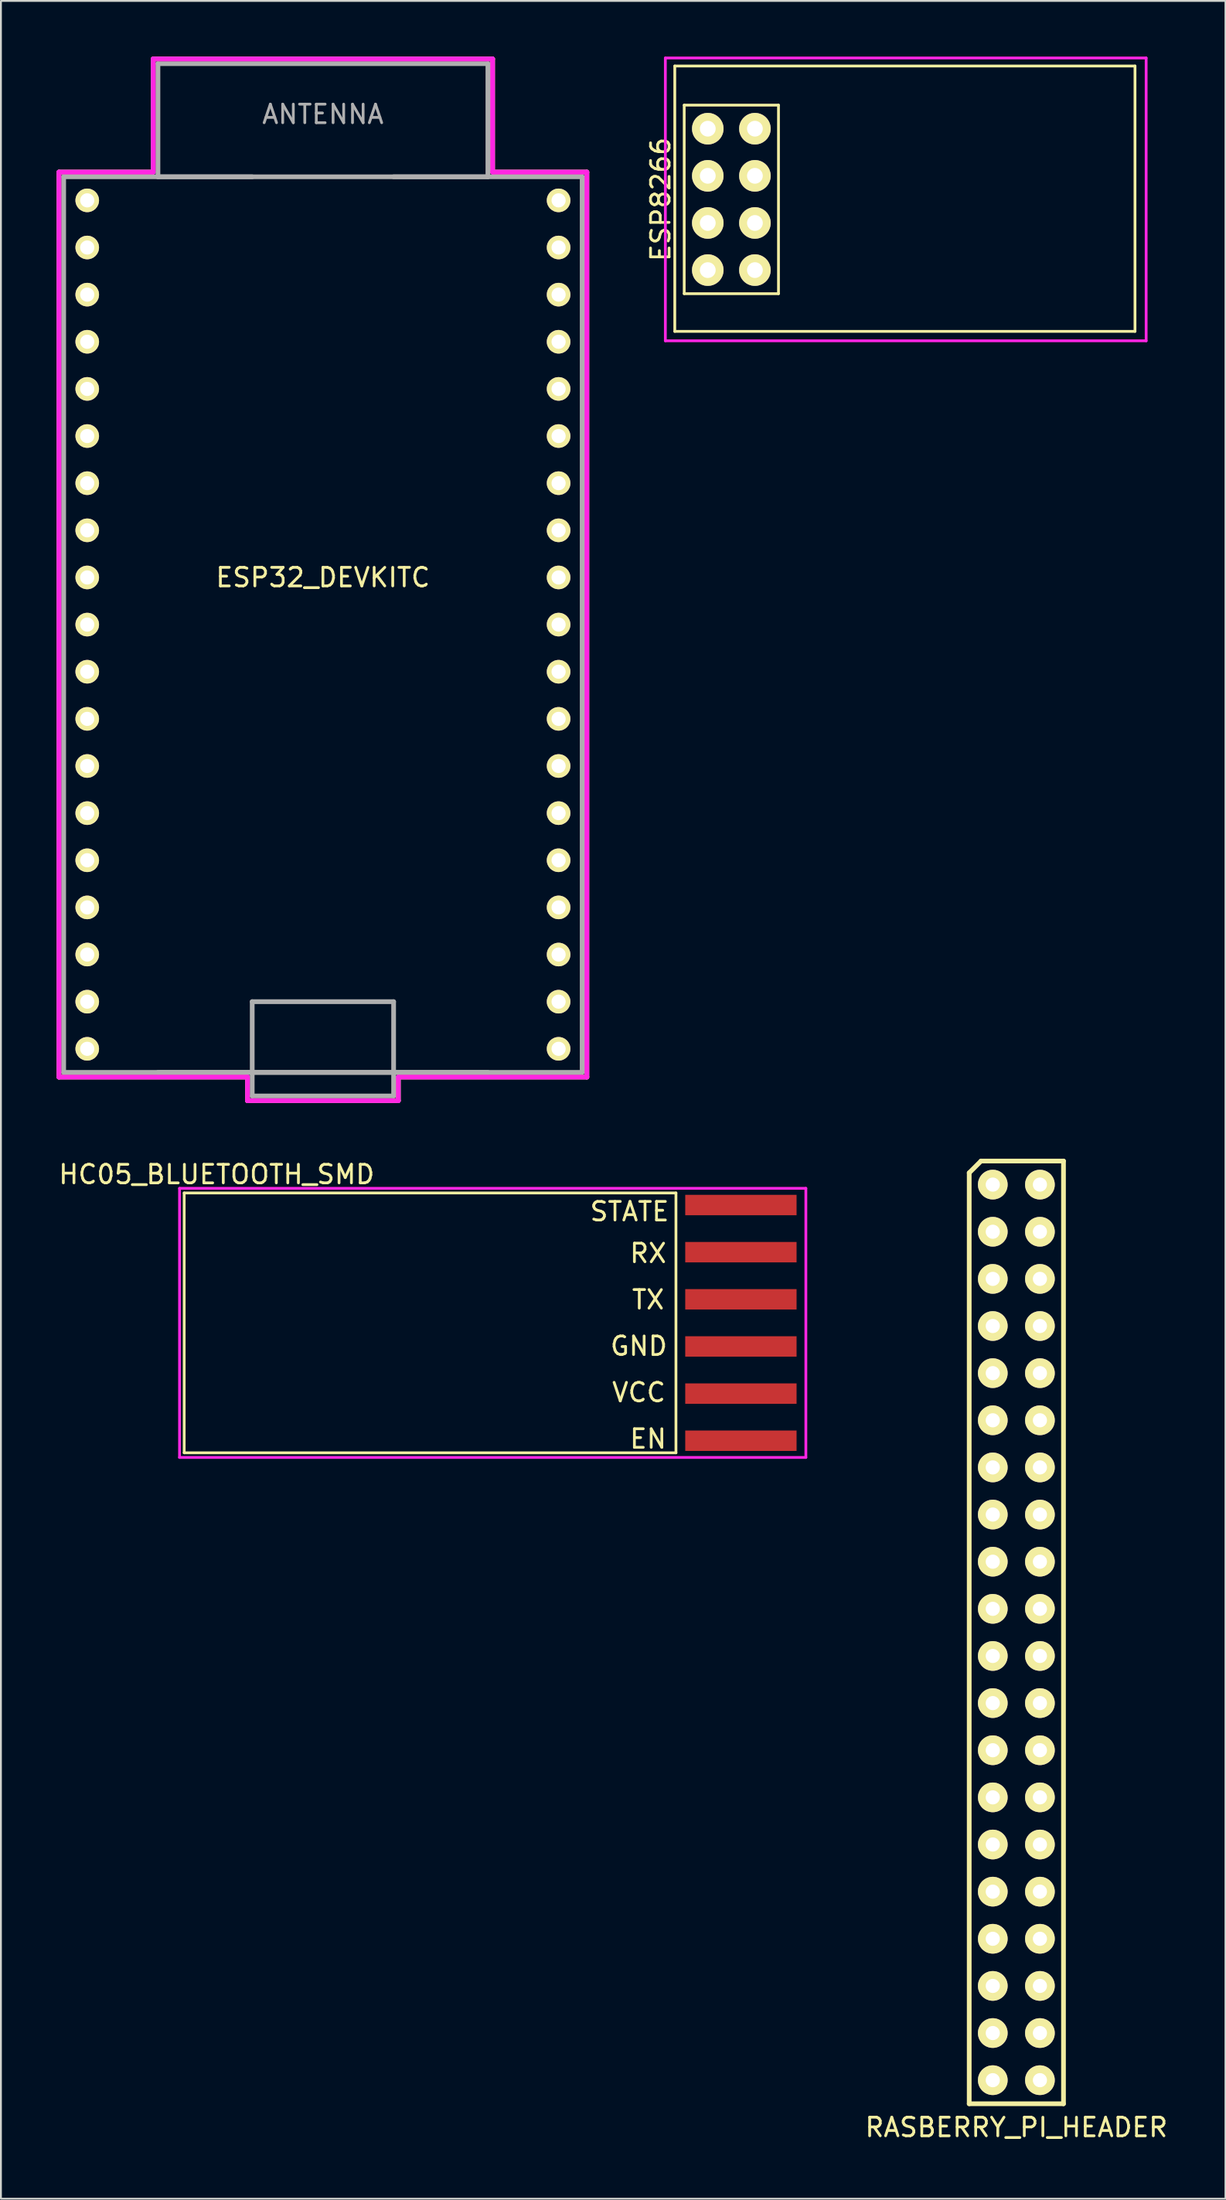
<source format=kicad_pcb>
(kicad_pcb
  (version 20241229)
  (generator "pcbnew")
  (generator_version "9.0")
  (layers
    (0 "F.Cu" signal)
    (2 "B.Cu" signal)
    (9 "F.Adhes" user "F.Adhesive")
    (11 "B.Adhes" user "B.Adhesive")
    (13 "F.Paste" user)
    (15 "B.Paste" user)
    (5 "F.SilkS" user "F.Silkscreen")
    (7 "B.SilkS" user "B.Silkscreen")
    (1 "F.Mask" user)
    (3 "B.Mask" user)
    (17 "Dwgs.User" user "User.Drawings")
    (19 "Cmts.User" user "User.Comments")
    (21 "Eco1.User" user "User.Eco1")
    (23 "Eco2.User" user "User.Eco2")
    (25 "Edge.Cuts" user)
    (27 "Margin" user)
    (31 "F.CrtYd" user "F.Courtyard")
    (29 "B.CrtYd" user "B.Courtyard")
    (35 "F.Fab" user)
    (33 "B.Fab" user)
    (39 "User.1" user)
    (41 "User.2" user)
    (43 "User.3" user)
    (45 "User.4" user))
  (footprint "HC05_BLUETOOTH_SMD"
    (layer "F.Cu")
    (at 36.875 68.236)
    (property "Reference" "HC05_BLUETOOTH_SMD" (at -28.25 -8 0) (layer "F.SilkS") (effects (font (size 1 1) (thickness 0.15))))
    (attr through_hole)
    (fp_line (start -30 -7) (end -30 7) (stroke (width 0.15) (type solid)) (layer "F.SilkS"))
    (fp_line (start -30 7) (end -3.5 7) (stroke (width 0.15) (type solid)) (layer "F.SilkS"))
    (fp_line (start -3.5 -7) (end -30 -7) (stroke (width 0.15) (type solid)) (layer "F.SilkS"))
    (fp_line (start -3.5 -7) (end -3.5 7) (stroke (width 0.15) (type solid)) (layer "F.SilkS"))
    (fp_line (start -30.25 -7.25) (end -30.25 7.25) (stroke (width 0.15) (type solid)) (layer "F.CrtYd"))
    (fp_line (start -30.25 7.25) (end 3.5 7.25) (stroke (width 0.15) (type solid)) (layer "F.CrtYd"))
    (fp_line (start 3.5 -7.25) (end -30.25 -7.25) (stroke (width 0.15) (type solid)) (layer "F.CrtYd"))
    (fp_line (start 3.5 7.25) (end 3.5 -7.25) (stroke (width 0.15) (type solid)) (layer "F.CrtYd"))
    (fp_text user "RX" (at -5 -3.75 0) (layer "F.SilkS") (effects (font (size 1 1) (thickness 0.15))))
    (fp_text user "EN" (at -5 6.25 0) (layer "F.SilkS") (effects (font (size 1 1) (thickness 0.15))))
    (fp_text user "STATE" (at -6 -6 0) (layer "F.SilkS") (effects (font (size 1 1) (thickness 0.15))))
    (fp_text user "GND" (at -5.5 1.25 0) (layer "F.SilkS") (effects (font (size 1 1) (thickness 0.15))))
    (fp_text user "TX" (at -5 -1.25 0) (layer "F.SilkS") (effects (font (size 1 1) (thickness 0.15))))
    (fp_text user "VCC" (at -5.5 3.75 0) (layer "F.SilkS") (effects (font (size 1 1) (thickness 0.15))))
    (pad "1" smd rect (at 0 -6.35) (size 6 1.1) (layers "F.Cu" "F.Mask" "F.Paste"))
    (pad "2" smd rect (at 0 -3.81) (size 6 1.1) (layers "F.Cu" "F.Mask" "F.Paste"))
    (pad "3" smd rect (at 0 -1.27) (size 6 1.1) (layers "F.Cu" "F.Mask" "F.Paste"))
    (pad "4" smd rect (at 0 1.27) (size 6 1.1) (layers "F.Cu" "F.Mask" "F.Paste"))
    (pad "5" smd rect (at 0 3.81) (size 6 1.1) (layers "F.Cu" "F.Mask" "F.Paste"))
    (pad "6" smd rect (at 0 6.35) (size 6 1.1) (layers "F.Cu" "F.Mask" "F.Paste")))
  (footprint "ESP32_DEVKITC"
    (layer "F.Cu")
    (at 14.351 30.607)
    (property "Reference" "ESP32_DEVKITC" (at 0 -2.54 0) (layer "F.SilkS") (effects (font (size 1 1) (thickness 0.15))))
    (attr through_hole)
    (fp_line (start -14.224 -24.384) (end -14.224 24.384) (stroke (width 0.254) (type solid)) (layer "F.SilkS"))
    (fp_line (start -14.224 24.384) (end -4.064 24.384) (stroke (width 0.254) (type solid)) (layer "F.SilkS"))
    (fp_line (start -9.144 -30.48) (end -9.144 -24.384) (stroke (width 0.254) (type solid)) (layer "F.SilkS"))
    (fp_line (start -9.144 -24.384) (end -14.224 -24.384) (stroke (width 0.254) (type solid)) (layer "F.SilkS"))
    (fp_line (start -4.064 24.384) (end -4.064 25.654) (stroke (width 0.254) (type solid)) (layer "F.SilkS"))
    (fp_line (start -4.064 25.654) (end 4.064 25.654) (stroke (width 0.254) (type solid)) (layer "F.SilkS"))
    (fp_line (start 4.064 24.384) (end 14.224 24.384) (stroke (width 0.254) (type solid)) (layer "F.SilkS"))
    (fp_line (start 4.064 25.654) (end 4.064 24.384) (stroke (width 0.254) (type solid)) (layer "F.SilkS"))
    (fp_line (start 9.144 -30.48) (end -9.144 -30.48) (stroke (width 0.254) (type solid)) (layer "F.SilkS"))
    (fp_line (start 9.144 -24.384) (end 9.144 -30.48) (stroke (width 0.254) (type solid)) (layer "F.SilkS"))
    (fp_line (start 14.224 -24.384) (end 9.144 -24.384) (stroke (width 0.254) (type solid)) (layer "F.SilkS"))
    (fp_line (start 14.224 24.384) (end 14.224 -24.384) (stroke (width 0.254) (type solid)) (layer "F.SilkS"))
    (fp_line (start -14.224 -24.384) (end -9.144 -24.384) (stroke (width 0.254) (type solid)) (layer "F.CrtYd"))
    (fp_line (start -14.224 24.384) (end -14.224 -24.384) (stroke (width 0.254) (type solid)) (layer "F.CrtYd"))
    (fp_line (start -9.144 -30.48) (end 9.144 -30.48) (stroke (width 0.254) (type solid)) (layer "F.CrtYd"))
    (fp_line (start -9.144 -24.384) (end -9.144 -30.48) (stroke (width 0.254) (type solid)) (layer "F.CrtYd"))
    (fp_line (start -4.064 24.384) (end -14.224 24.384) (stroke (width 0.254) (type solid)) (layer "F.CrtYd"))
    (fp_line (start -4.064 25.654) (end -4.064 24.384) (stroke (width 0.254) (type solid)) (layer "F.CrtYd"))
    (fp_line (start 4.064 24.384) (end 4.064 25.654) (stroke (width 0.254) (type solid)) (layer "F.CrtYd"))
    (fp_line (start 4.064 25.654) (end -4.064 25.654) (stroke (width 0.254) (type solid)) (layer "F.CrtYd"))
    (fp_line (start 9.144 -30.48) (end 9.144 -24.384) (stroke (width 0.254) (type solid)) (layer "F.CrtYd"))
    (fp_line (start 9.144 -24.384) (end 14.224 -24.384) (stroke (width 0.254) (type solid)) (layer "F.CrtYd"))
    (fp_line (start 14.224 -24.384) (end 14.224 24.384) (stroke (width 0.254) (type solid)) (layer "F.CrtYd"))
    (fp_line (start 14.224 24.384) (end 4.064 24.384) (stroke (width 0.254) (type solid)) (layer "F.CrtYd"))
    (fp_line (start -13.97 -24.13) (end -13.97 24.13) (stroke (width 0.254) (type solid)) (layer "F.Fab"))
    (fp_line (start -13.97 -24.13) (end -3.81 -24.13) (stroke (width 0.254) (type solid)) (layer "F.Fab"))
    (fp_line (start -13.97 24.13) (end 13.97 24.13) (stroke (width 0.254) (type solid)) (layer "F.Fab"))
    (fp_line (start -8.89 -30.226) (end -8.89 -24.13) (stroke (width 0.254) (type solid)) (layer "F.Fab"))
    (fp_line (start -8.89 -30.226) (end 8.89 -30.226) (stroke (width 0.254) (type solid)) (layer "F.Fab"))
    (fp_line (start -8.89 -24.13) (end 8.89 -24.13) (stroke (width 0.254) (type solid)) (layer "F.Fab"))
    (fp_line (start -8.89 24.13) (end 8.89 24.13) (stroke (width 0.254) (type solid)) (layer "F.Fab"))
    (fp_line (start -3.81 20.32) (end -3.81 25.4) (stroke (width 0.254) (type solid)) (layer "F.Fab"))
    (fp_line (start -3.81 20.32) (end 3.81 20.32) (stroke (width 0.254) (type solid)) (layer "F.Fab"))
    (fp_line (start -3.81 25.4) (end 3.81 25.4) (stroke (width 0.254) (type solid)) (layer "F.Fab"))
    (fp_line (start 3.81 20.32) (end 3.81 25.4) (stroke (width 0.254) (type solid)) (layer "F.Fab"))
    (fp_line (start 8.89 -24.13) (end 8.89 -30.226) (stroke (width 0.254) (type solid)) (layer "F.Fab"))
    (fp_line (start 13.97 -24.13) (end 3.81 -24.13) (stroke (width 0.254) (type solid)) (layer "F.Fab"))
    (fp_line (start 13.97 24.13) (end 13.97 -24.13) (stroke (width 0.254) (type solid)) (layer "F.Fab"))
    (fp_text user "ANTENNA" (at 0 -27.5 0) (layer "F.Fab") (effects (font (size 1 1) (thickness 0.15))))
    (pad "0" thru_hole circle (at 12.7 10.16) (size 1.27 1.27) (drill 0.762) (layers "*.Cu" "*.Mask" "F.SilkS"))
    (pad "2" thru_hole circle (at 12.7 12.7) (size 1.27 1.27) (drill 0.762) (layers "*.Cu" "*.Mask" "F.SilkS"))
    (pad "3v3" thru_hole circle (at -12.7 -22.86) (size 1.27 1.27) (drill 0.762) (layers "*.Cu" "*.Mask" "F.SilkS"))
    (pad "4" thru_hole circle (at 12.7 7.62) (size 1.27 1.27) (drill 0.762) (layers "*.Cu" "*.Mask" "F.SilkS"))
    (pad "5" thru_hole circle (at 12.7 0) (size 1.27 1.27) (drill 0.762) (layers "*.Cu" "*.Mask" "F.SilkS"))
    (pad "5V" thru_hole circle (at -12.7 22.86) (size 1.27 1.27) (drill 0.762) (layers "*.Cu" "*.Mask" "F.SilkS"))
    (pad "12" thru_hole circle (at -12.7 7.62) (size 1.27 1.27) (drill 0.762) (layers "*.Cu" "*.Mask" "F.SilkS"))
    (pad "13" thru_hole circle (at -12.7 12.7) (size 1.27 1.27) (drill 0.762) (layers "*.Cu" "*.Mask" "F.SilkS"))
    (pad "14" thru_hole circle (at -12.7 5.08) (size 1.27 1.27) (drill 0.762) (layers "*.Cu" "*.Mask" "F.SilkS"))
    (pad "15" thru_hole circle (at 12.7 15.24) (size 1.27 1.27) (drill 0.762) (layers "*.Cu" "*.Mask" "F.SilkS"))
    (pad "16" thru_hole circle (at 12.7 5.08) (size 1.27 1.27) (drill 0.762) (layers "*.Cu" "*.Mask" "F.SilkS"))
    (pad "17" thru_hole circle (at 12.7 2.54) (size 1.27 1.27) (drill 0.762) (layers "*.Cu" "*.Mask" "F.SilkS"))
    (pad "18" thru_hole circle (at 12.7 -2.54) (size 1.27 1.27) (drill 0.762) (layers "*.Cu" "*.Mask" "F.SilkS"))
    (pad "19" thru_hole circle (at 12.7 -5.08) (size 1.27 1.27) (drill 0.762) (layers "*.Cu" "*.Mask" "F.SilkS"))
    (pad "21" thru_hole circle (at 12.7 -10.16) (size 1.27 1.27) (drill 0.762) (layers "*.Cu" "*.Mask" "F.SilkS"))
    (pad "22" thru_hole circle (at 12.7 -17.78) (size 1.27 1.27) (drill 0.762) (layers "*.Cu" "*.Mask" "F.SilkS"))
    (pad "23" thru_hole circle (at 12.7 -20.32) (size 1.27 1.27) (drill 0.762) (layers "*.Cu" "*.Mask" "F.SilkS"))
    (pad "25" thru_hole circle (at -12.7 -2.54) (size 1.27 1.27) (drill 0.762) (layers "*.Cu" "*.Mask" "F.SilkS"))
    (pad "26" thru_hole circle (at -12.7 0) (size 1.27 1.27) (drill 0.762) (layers "*.Cu" "*.Mask" "F.SilkS"))
    (pad "27" thru_hole circle (at -12.7 2.54) (size 1.27 1.27) (drill 0.762) (layers "*.Cu" "*.Mask" "F.SilkS"))
    (pad "32" thru_hole circle (at -12.7 -7.62) (size 1.27 1.27) (drill 0.762) (layers "*.Cu" "*.Mask" "F.SilkS"))
    (pad "33" thru_hole circle (at -12.7 -5.08) (size 1.27 1.27) (drill 0.762) (layers "*.Cu" "*.Mask" "F.SilkS"))
    (pad "34" thru_hole circle (at -12.7 -12.7) (size 1.27 1.27) (drill 0.762) (layers "*.Cu" "*.Mask" "F.SilkS"))
    (pad "35" thru_hole circle (at -12.7 -10.16) (size 1.27 1.27) (drill 0.762) (layers "*.Cu" "*.Mask" "F.SilkS"))
    (pad "CLK" thru_hole circle (at 12.7 22.86) (size 1.27 1.27) (drill 0.762) (layers "*.Cu" "*.Mask" "F.SilkS"))
    (pad "CMD" thru_hole circle (at -12.7 20.32) (size 1.27 1.27) (drill 0.762) (layers "*.Cu" "*.Mask" "F.SilkS"))
    (pad "D0" thru_hole circle (at 12.7 20.32) (size 1.27 1.27) (drill 0.762) (layers "*.Cu" "*.Mask" "F.SilkS"))
    (pad "D1" thru_hole circle (at 12.7 17.78) (size 1.27 1.27) (drill 0.762) (layers "*.Cu" "*.Mask" "F.SilkS"))
    (pad "D2" thru_hole circle (at -12.7 15.24) (size 1.27 1.27) (drill 0.762) (layers "*.Cu" "*.Mask" "F.SilkS"))
    (pad "D3" thru_hole circle (at -12.7 17.78) (size 1.27 1.27) (drill 0.762) (layers "*.Cu" "*.Mask" "F.SilkS"))
    (pad "EN" thru_hole circle (at -12.7 -20.32) (size 1.27 1.27) (drill 0.762) (layers "*.Cu" "*.Mask" "F.SilkS"))
    (pad "GND1" thru_hole circle (at -12.7 10.16) (size 1.27 1.27) (drill 0.762) (layers "*.Cu" "*.Mask" "F.SilkS"))
    (pad "GND2" thru_hole circle (at 12.7 -7.62) (size 1.27 1.27) (drill 0.762) (layers "*.Cu" "*.Mask" "F.SilkS"))
    (pad "GND3" thru_hole circle (at 12.7 -22.86) (size 1.27 1.27) (drill 0.762) (layers "*.Cu" "*.Mask" "F.SilkS"))
    (pad "RX" thru_hole circle (at 12.7 -12.7) (size 1.27 1.27) (drill 0.762) (layers "*.Cu" "*.Mask" "F.SilkS"))
    (pad "TX" thru_hole circle (at 12.7 -15.24) (size 1.27 1.27) (drill 0.762) (layers "*.Cu" "*.Mask" "F.SilkS"))
    (pad "VN" thru_hole circle (at -12.7 -15.24) (size 1.27 1.27) (drill 0.762) (layers "*.Cu" "*.Mask" "F.SilkS"))
    (pad "VP" thru_hole circle (at -12.7 -17.78) (size 1.27 1.27) (drill 0.762) (layers "*.Cu" "*.Mask" "F.SilkS")))
  (footprint "ESP8266"
    (layer "F.Cu")
    (at 36.36 7.695)
    (property "Reference" "ESP8266" (at -3.81 0 90) (layer "F.SilkS") (effects (font (size 1 1) (thickness 0.15))))
    (attr through_hole)
    (fp_line (start -3.048 -7.188) (end 21.752 -7.188) (stroke (width 0.15) (type solid)) (layer "F.SilkS"))
    (fp_line (start -3.048 7.112) (end -3.048 -7.188) (stroke (width 0.15) (type solid)) (layer "F.SilkS"))
    (fp_line (start -3.048 7.112) (end 21.752 7.112) (stroke (width 0.15) (type solid)) (layer "F.SilkS"))
    (fp_line (start -2.54 -5.08) (end 2.54 -5.08) (stroke (width 0.15) (type solid)) (layer "F.SilkS"))
    (fp_line (start -2.54 5.08) (end -2.54 -5.08) (stroke (width 0.15) (type solid)) (layer "F.SilkS"))
    (fp_line (start 2.54 -5.08) (end 2.54 5.08) (stroke (width 0.15) (type solid)) (layer "F.SilkS"))
    (fp_line (start 2.54 5.08) (end -2.54 5.08) (stroke (width 0.15) (type solid)) (layer "F.SilkS"))
    (fp_line (start 21.752 7.112) (end 21.752 -7.188) (stroke (width 0.15) (type solid)) (layer "F.SilkS"))
    (fp_line (start -3.556 -7.62) (end 22.352 -7.62) (stroke (width 0.15) (type solid)) (layer "F.CrtYd"))
    (fp_line (start -3.556 7.62) (end -3.556 -7.62) (stroke (width 0.15) (type solid)) (layer "F.CrtYd"))
    (fp_line (start 22.352 -7.62) (end 22.352 7.62) (stroke (width 0.15) (type solid)) (layer "F.CrtYd"))
    (fp_line (start 22.352 7.62) (end -3.556 7.62) (stroke (width 0.15) (type solid)) (layer "F.CrtYd"))
    (pad "1" thru_hole circle (at 1.27 -3.81) (size 1.7 1.7) (drill 0.85) (layers "*.Cu" "*.Mask" "F.SilkS"))
    (pad "2" thru_hole circle (at -1.27 -3.81) (size 1.7 1.7) (drill 0.85) (layers "*.Cu" "*.Mask" "F.SilkS"))
    (pad "3" thru_hole circle (at 1.27 -1.27) (size 1.7 1.7) (drill 0.85) (layers "*.Cu" "*.Mask" "F.SilkS"))
    (pad "4" thru_hole circle (at -1.27 -1.27) (size 1.7 1.7) (drill 0.85) (layers "*.Cu" "*.Mask" "F.SilkS"))
    (pad "5" thru_hole circle (at 1.27 1.27) (size 1.7 1.7) (drill 0.85) (layers "*.Cu" "*.Mask" "F.SilkS"))
    (pad "6" thru_hole circle (at -1.27 1.27) (size 1.7 1.7) (drill 0.85) (layers "*.Cu" "*.Mask" "F.SilkS"))
    (pad "7" thru_hole circle (at 1.27 3.81) (size 1.7 1.7) (drill 0.85) (layers "*.Cu" "*.Mask" "F.SilkS"))
    (pad "8" thru_hole circle (at -1.27 3.81) (size 1.7 1.7) (drill 0.85) (layers "*.Cu" "*.Mask" "F.SilkS")))
  (footprint "RASBERRY_PI_HEADER"
    (layer "F.Cu")
    (at 51.718 84.915)
    (property "Reference" "RASBERRY_PI_HEADER" (at 0 26.67 0) (layer "F.SilkS") (effects (font (size 1 1) (thickness 0.15))))
    (attr through_hole)
    (fp_line (start -2.54 25.4) (end -2.54 -24.765) (stroke (width 0.254) (type solid)) (layer "F.SilkS"))
    (fp_line (start -1.905 -25.4) (end -2.54 -24.765) (stroke (width 0.254) (type solid)) (layer "F.SilkS"))
    (fp_line (start -1.905 -25.4) (end 2.54 -25.4) (stroke (width 0.254) (type solid)) (layer "F.SilkS"))
    (fp_line (start 2.54 -25.4) (end 2.54 25.4) (stroke (width 0.254) (type solid)) (layer "F.SilkS"))
    (fp_line (start 2.54 25.4) (end -2.54 25.4) (stroke (width 0.254) (type solid)) (layer "F.SilkS"))
    (pad "1" thru_hole circle (at -1.27 -24.13) (size 1.6 1.6) (drill 0.762) (layers "*.Cu" "*.Mask" "F.SilkS"))
    (pad "2" thru_hole circle (at 1.27 -24.13) (size 1.6 1.6) (drill 0.762) (layers "*.Cu" "*.Mask" "F.SilkS"))
    (pad "3" thru_hole circle (at -1.27 -21.59) (size 1.6 1.6) (drill 0.762) (layers "*.Cu" "*.Mask" "F.SilkS"))
    (pad "4" thru_hole circle (at 1.27 -21.59) (size 1.6 1.6) (drill 0.762) (layers "*.Cu" "*.Mask" "F.SilkS"))
    (pad "5" thru_hole circle (at -1.27 -19.05) (size 1.6 1.6) (drill 0.762) (layers "*.Cu" "*.Mask" "F.SilkS"))
    (pad "6" thru_hole circle (at 1.27 -19.05) (size 1.6 1.6) (drill 0.762) (layers "*.Cu" "*.Mask" "F.SilkS"))
    (pad "7" thru_hole circle (at -1.27 -16.51) (size 1.6 1.6) (drill 0.762) (layers "*.Cu" "*.Mask" "F.SilkS"))
    (pad "8" thru_hole circle (at 1.27 -16.51) (size 1.6 1.6) (drill 0.762) (layers "*.Cu" "*.Mask" "F.SilkS"))
    (pad "9" thru_hole circle (at -1.27 -13.97) (size 1.6 1.6) (drill 0.762) (layers "*.Cu" "*.Mask" "F.SilkS"))
    (pad "10" thru_hole circle (at 1.27 -13.97) (size 1.6 1.6) (drill 0.762) (layers "*.Cu" "*.Mask" "F.SilkS"))
    (pad "11" thru_hole circle (at -1.27 -11.43) (size 1.6 1.6) (drill 0.762) (layers "*.Cu" "*.Mask" "F.SilkS"))
    (pad "12" thru_hole circle (at 1.27 -11.43) (size 1.6 1.6) (drill 0.762) (layers "*.Cu" "*.Mask" "F.SilkS"))
    (pad "13" thru_hole circle (at -1.27 -8.89) (size 1.6 1.6) (drill 0.762) (layers "*.Cu" "*.Mask" "F.SilkS"))
    (pad "14" thru_hole circle (at 1.27 -8.89) (size 1.6 1.6) (drill 0.762) (layers "*.Cu" "*.Mask" "F.SilkS"))
    (pad "15" thru_hole circle (at -1.27 -6.35) (size 1.6 1.6) (drill 0.762) (layers "*.Cu" "*.Mask" "F.SilkS"))
    (pad "16" thru_hole circle (at 1.27 -6.35) (size 1.6 1.6) (drill 0.762) (layers "*.Cu" "*.Mask" "F.SilkS"))
    (pad "17" thru_hole circle (at -1.27 -3.81) (size 1.6 1.6) (drill 0.762) (layers "*.Cu" "*.Mask" "F.SilkS"))
    (pad "18" thru_hole circle (at 1.27 -3.81) (size 1.6 1.6) (drill 0.762) (layers "*.Cu" "*.Mask" "F.SilkS"))
    (pad "19" thru_hole circle (at -1.27 -1.27) (size 1.6 1.6) (drill 0.762) (layers "*.Cu" "*.Mask" "F.SilkS"))
    (pad "20" thru_hole circle (at 1.27 -1.27) (size 1.6 1.6) (drill 0.762) (layers "*.Cu" "*.Mask" "F.SilkS"))
    (pad "21" thru_hole circle (at -1.27 1.27) (size 1.6 1.6) (drill 0.762) (layers "*.Cu" "*.Mask" "F.SilkS"))
    (pad "22" thru_hole circle (at 1.27 1.27) (size 1.6 1.6) (drill 0.762) (layers "*.Cu" "*.Mask" "F.SilkS"))
    (pad "23" thru_hole circle (at -1.27 3.81) (size 1.6 1.6) (drill 0.762) (layers "*.Cu" "*.Mask" "F.SilkS"))
    (pad "24" thru_hole circle (at 1.27 3.81) (size 1.6 1.6) (drill 0.762) (layers "*.Cu" "*.Mask" "F.SilkS"))
    (pad "25" thru_hole circle (at -1.27 6.35) (size 1.6 1.6) (drill 0.762) (layers "*.Cu" "*.Mask" "F.SilkS"))
    (pad "26" thru_hole circle (at 1.27 6.35) (size 1.6 1.6) (drill 0.762) (layers "*.Cu" "*.Mask" "F.SilkS"))
    (pad "27" thru_hole circle (at -1.27 8.89) (size 1.6 1.6) (drill 0.762) (layers "*.Cu" "*.Mask" "F.SilkS"))
    (pad "28" thru_hole circle (at 1.27 8.89) (size 1.6 1.6) (drill 0.762) (layers "*.Cu" "*.Mask" "F.SilkS"))
    (pad "29" thru_hole circle (at -1.27 11.43) (size 1.6 1.6) (drill 0.762) (layers "*.Cu" "*.Mask" "F.SilkS"))
    (pad "30" thru_hole circle (at 1.27 11.43) (size 1.6 1.6) (drill 0.762) (layers "*.Cu" "*.Mask" "F.SilkS"))
    (pad "31" thru_hole circle (at -1.27 13.97) (size 1.6 1.6) (drill 0.762) (layers "*.Cu" "*.Mask" "F.SilkS"))
    (pad "32" thru_hole circle (at 1.27 13.97) (size 1.6 1.6) (drill 0.762) (layers "*.Cu" "*.Mask" "F.SilkS"))
    (pad "33" thru_hole circle (at -1.27 16.51) (size 1.6 1.6) (drill 0.762) (layers "*.Cu" "*.Mask" "F.SilkS"))
    (pad "34" thru_hole circle (at 1.27 16.51) (size 1.6 1.6) (drill 0.762) (layers "*.Cu" "*.Mask" "F.SilkS"))
    (pad "35" thru_hole circle (at -1.27 19.05) (size 1.6 1.6) (drill 0.762) (layers "*.Cu" "*.Mask" "F.SilkS"))
    (pad "36" thru_hole circle (at 1.27 19.05) (size 1.6 1.6) (drill 0.762) (layers "*.Cu" "*.Mask" "F.SilkS"))
    (pad "37" thru_hole circle (at -1.27 21.59) (size 1.6 1.6) (drill 0.762) (layers "*.Cu" "*.Mask" "F.SilkS"))
    (pad "38" thru_hole circle (at 1.27 21.59) (size 1.6 1.6) (drill 0.762) (layers "*.Cu" "*.Mask" "F.SilkS"))
    (pad "39" thru_hole circle (at -1.27 24.13) (size 1.6 1.6) (drill 0.762) (layers "*.Cu" "*.Mask" "F.SilkS"))
    (pad "40" thru_hole circle (at 1.27 24.13) (size 1.6 1.6) (drill 0.762) (layers "*.Cu" "*.Mask" "F.SilkS")))
  (gr_rect
    (start -3 -3)
    (end 62.986 115.433)
    (stroke (width 0.1) (type default))
    (fill no)
    (layer "Edge.Cuts")))
</source>
